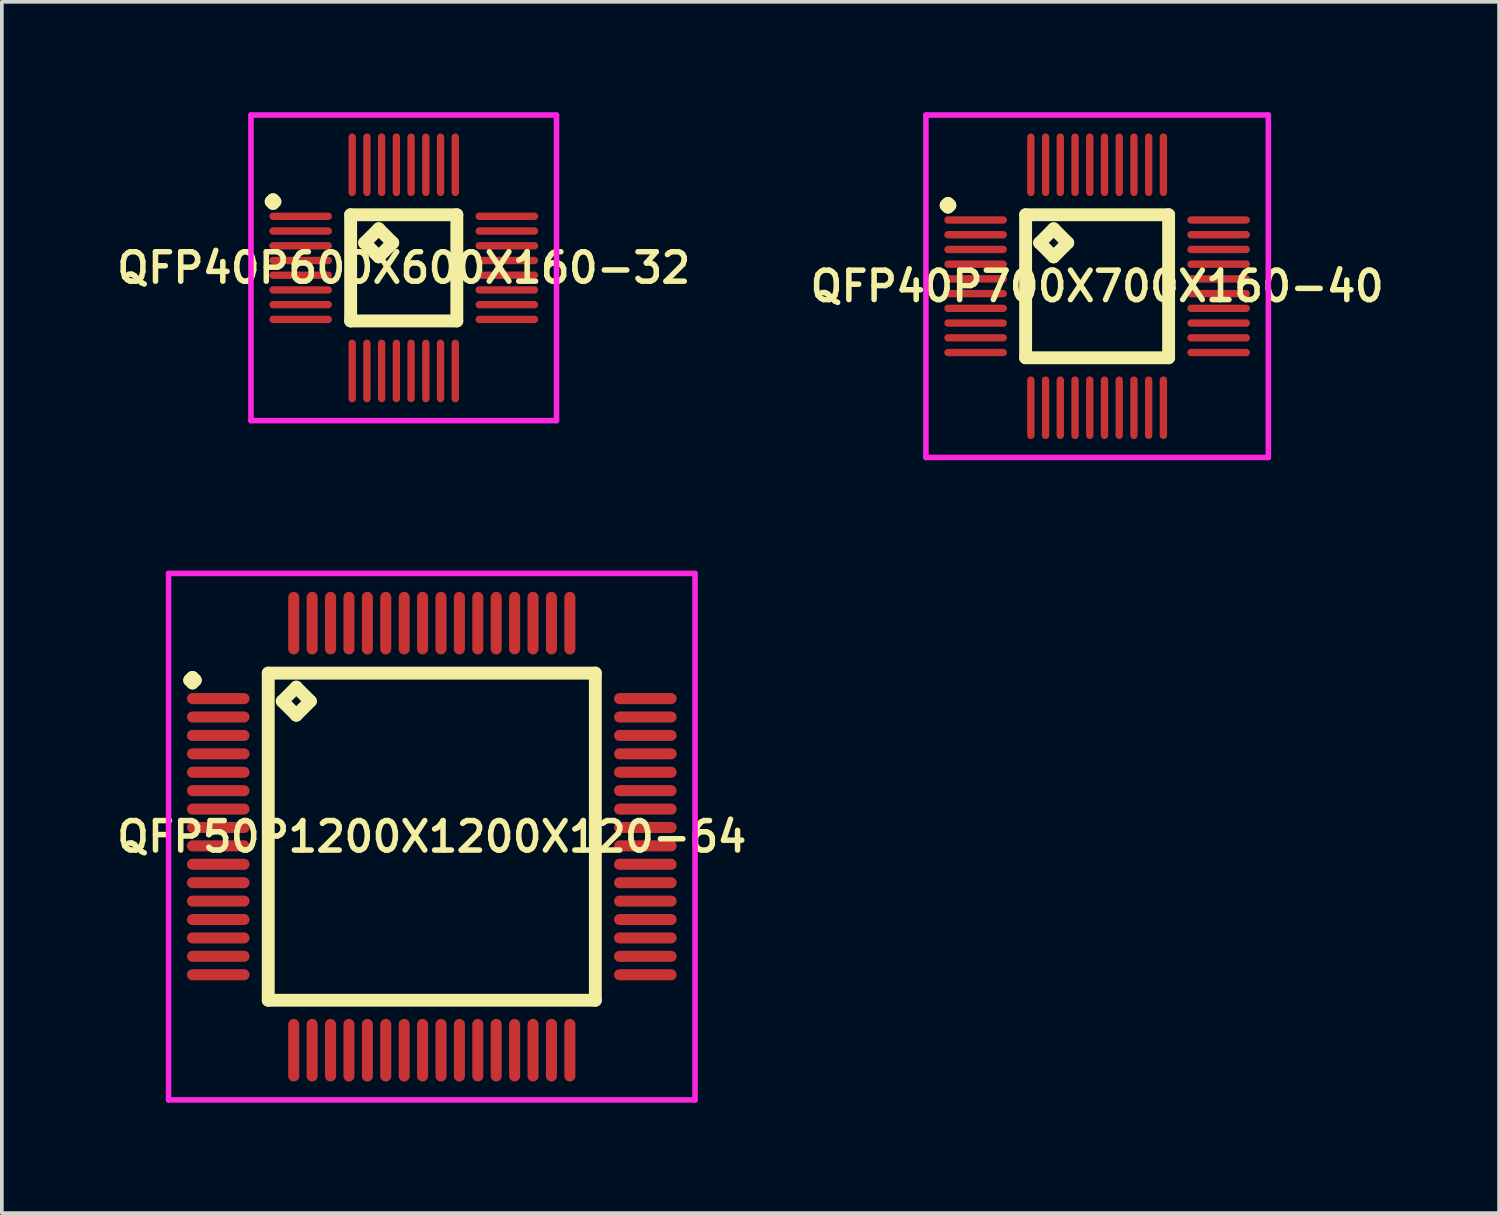
<source format=kicad_pcb>
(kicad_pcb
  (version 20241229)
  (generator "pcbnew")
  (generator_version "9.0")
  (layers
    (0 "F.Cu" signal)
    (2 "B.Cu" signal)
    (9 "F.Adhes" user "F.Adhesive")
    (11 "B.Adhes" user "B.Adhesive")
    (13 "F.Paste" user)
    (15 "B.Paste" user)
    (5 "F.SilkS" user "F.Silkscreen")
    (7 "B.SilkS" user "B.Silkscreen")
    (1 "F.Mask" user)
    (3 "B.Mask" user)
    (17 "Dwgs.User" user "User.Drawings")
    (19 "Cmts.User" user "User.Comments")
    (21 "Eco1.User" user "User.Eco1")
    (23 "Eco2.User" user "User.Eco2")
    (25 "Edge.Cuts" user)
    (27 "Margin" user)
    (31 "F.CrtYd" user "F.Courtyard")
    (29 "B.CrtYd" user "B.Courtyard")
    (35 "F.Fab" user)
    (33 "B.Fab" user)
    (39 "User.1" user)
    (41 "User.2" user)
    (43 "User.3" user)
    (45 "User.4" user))
  (footprint "QFP40P600X600X160-32"
    (layer "F.Cu")
    (at 7.916 4.225)
    (property "Reference" "QFP40P600X600X160-32" (at 0 0 0) (layer "F.SilkS") (effects (font (size 0.8 0.8) (thickness 0.15))))
    (attr smd)
    (fp_line (start -3.6 -1.8) (end -3.55 -1.85) (stroke (width 0.35) (type solid)) (layer "F.SilkS"))
    (fp_line (start -3.55 -1.85) (end -3.5 -1.8) (stroke (width 0.35) (type solid)) (layer "F.SilkS"))
    (fp_line (start -3.55 -1.75) (end -3.6 -1.8) (stroke (width 0.35) (type solid)) (layer "F.SilkS"))
    (fp_line (start -3.5 -1.8) (end -3.55 -1.75) (stroke (width 0.35) (type solid)) (layer "F.SilkS"))
    (fp_line (start -1.442 -1.442) (end -1.442 1.442) (stroke (width 0.35) (type solid)) (layer "F.SilkS"))
    (fp_line (start -1.442 1.442) (end 1.442 1.442) (stroke (width 0.35) (type solid)) (layer "F.SilkS"))
    (fp_line (start -1.061 -0.68) (end -0.68 -1.061) (stroke (width 0.35) (type solid)) (layer "F.SilkS"))
    (fp_line (start -0.68 -1.061) (end -0.299 -0.68) (stroke (width 0.35) (type solid)) (layer "F.SilkS"))
    (fp_line (start -0.68 -0.299) (end -1.061 -0.68) (stroke (width 0.35) (type solid)) (layer "F.SilkS"))
    (fp_line (start -0.299 -0.68) (end -0.68 -0.299) (stroke (width 0.35) (type solid)) (layer "F.SilkS"))
    (fp_line (start 1.442 -1.442) (end -1.442 -1.442) (stroke (width 0.35) (type solid)) (layer "F.SilkS"))
    (fp_line (start 1.442 1.442) (end 1.442 -1.442) (stroke (width 0.35) (type solid)) (layer "F.SilkS"))
    (fp_line (start -4.15 -4.15) (end 4.15 -4.15) (stroke (width 0.15) (type solid)) (layer "F.CrtYd"))
    (fp_line (start -4.15 4.15) (end -4.15 -4.15) (stroke (width 0.15) (type solid)) (layer "F.CrtYd"))
    (fp_line (start 4.15 -4.15) (end 4.15 4.15) (stroke (width 0.15) (type solid)) (layer "F.CrtYd"))
    (fp_line (start 4.15 4.15) (end -4.15 4.15) (stroke (width 0.15) (type solid)) (layer "F.CrtYd"))
    (pad "1" smd oval (at -2.8 -1.4) (size 1.7 0.2) (layers "F.Cu" "F.Mask" "F.Paste"))
    (pad "2" smd oval (at -2.8 -1) (size 1.7 0.2) (layers "F.Cu" "F.Mask" "F.Paste"))
    (pad "3" smd oval (at -2.8 -0.6) (size 1.7 0.2) (layers "F.Cu" "F.Mask" "F.Paste"))
    (pad "4" smd oval (at -2.8 -0.2) (size 1.7 0.2) (layers "F.Cu" "F.Mask" "F.Paste"))
    (pad "5" smd oval (at -2.8 0.2) (size 1.7 0.2) (layers "F.Cu" "F.Mask" "F.Paste"))
    (pad "6" smd oval (at -2.8 0.6) (size 1.7 0.2) (layers "F.Cu" "F.Mask" "F.Paste"))
    (pad "7" smd oval (at -2.8 1) (size 1.7 0.2) (layers "F.Cu" "F.Mask" "F.Paste"))
    (pad "8" smd oval (at -2.8 1.4) (size 1.7 0.2) (layers "F.Cu" "F.Mask" "F.Paste"))
    (pad "9" smd oval (at -1.4 2.8) (size 0.2 1.7) (layers "F.Cu" "F.Mask" "F.Paste"))
    (pad "10" smd oval (at -1 2.8) (size 0.2 1.7) (layers "F.Cu" "F.Mask" "F.Paste"))
    (pad "11" smd oval (at -0.6 2.8) (size 0.2 1.7) (layers "F.Cu" "F.Mask" "F.Paste"))
    (pad "12" smd oval (at -0.2 2.8) (size 0.2 1.7) (layers "F.Cu" "F.Mask" "F.Paste"))
    (pad "13" smd oval (at 0.2 2.8) (size 0.2 1.7) (layers "F.Cu" "F.Mask" "F.Paste"))
    (pad "14" smd oval (at 0.6 2.8) (size 0.2 1.7) (layers "F.Cu" "F.Mask" "F.Paste"))
    (pad "15" smd oval (at 1 2.8) (size 0.2 1.7) (layers "F.Cu" "F.Mask" "F.Paste"))
    (pad "16" smd oval (at 1.4 2.8) (size 0.2 1.7) (layers "F.Cu" "F.Mask" "F.Paste"))
    (pad "17" smd oval (at 2.8 1.4) (size 1.7 0.2) (layers "F.Cu" "F.Mask" "F.Paste"))
    (pad "18" smd oval (at 2.8 1) (size 1.7 0.2) (layers "F.Cu" "F.Mask" "F.Paste"))
    (pad "19" smd oval (at 2.8 0.6) (size 1.7 0.2) (layers "F.Cu" "F.Mask" "F.Paste"))
    (pad "20" smd oval (at 2.8 0.2) (size 1.7 0.2) (layers "F.Cu" "F.Mask" "F.Paste"))
    (pad "21" smd oval (at 2.8 -0.2) (size 1.7 0.2) (layers "F.Cu" "F.Mask" "F.Paste"))
    (pad "22" smd oval (at 2.8 -0.6) (size 1.7 0.2) (layers "F.Cu" "F.Mask" "F.Paste"))
    (pad "23" smd oval (at 2.8 -1) (size 1.7 0.2) (layers "F.Cu" "F.Mask" "F.Paste"))
    (pad "24" smd oval (at 2.8 -1.4) (size 1.7 0.2) (layers "F.Cu" "F.Mask" "F.Paste"))
    (pad "25" smd oval (at 1.4 -2.8) (size 0.2 1.7) (layers "F.Cu" "F.Mask" "F.Paste"))
    (pad "26" smd oval (at 1 -2.8) (size 0.2 1.7) (layers "F.Cu" "F.Mask" "F.Paste"))
    (pad "27" smd oval (at 0.6 -2.8) (size 0.2 1.7) (layers "F.Cu" "F.Mask" "F.Paste"))
    (pad "28" smd oval (at 0.2 -2.8) (size 0.2 1.7) (layers "F.Cu" "F.Mask" "F.Paste"))
    (pad "29" smd oval (at -0.2 -2.8) (size 0.2 1.7) (layers "F.Cu" "F.Mask" "F.Paste"))
    (pad "30" smd oval (at -0.6 -2.8) (size 0.2 1.7) (layers "F.Cu" "F.Mask" "F.Paste"))
    (pad "31" smd oval (at -1 -2.8) (size 0.2 1.7) (layers "F.Cu" "F.Mask" "F.Paste"))
    (pad "32" smd oval (at -1.4 -2.8) (size 0.2 1.7) (layers "F.Cu" "F.Mask" "F.Paste")))
  (footprint "QFP50P1200X1200X120-64"
    (layer "F.Cu")
    (at 8.678 19.675)
    (property "Reference" "QFP50P1200X1200X120-64" (at 0 0 0) (layer "F.SilkS") (effects (font (size 0.8 0.8) (thickness 0.15))))
    (attr smd)
    (fp_line (start -6.575 -4.25) (end -6.5 -4.325) (stroke (width 0.35) (type solid)) (layer "F.SilkS"))
    (fp_line (start -6.5 -4.325) (end -6.425 -4.25) (stroke (width 0.35) (type solid)) (layer "F.SilkS"))
    (fp_line (start -6.5 -4.175) (end -6.575 -4.25) (stroke (width 0.35) (type solid)) (layer "F.SilkS"))
    (fp_line (start -6.425 -4.25) (end -6.5 -4.175) (stroke (width 0.35) (type solid)) (layer "F.SilkS"))
    (fp_line (start -4.442 -4.442) (end -4.442 4.442) (stroke (width 0.35) (type solid)) (layer "F.SilkS"))
    (fp_line (start -4.442 4.442) (end 4.442 4.442) (stroke (width 0.35) (type solid)) (layer "F.SilkS"))
    (fp_line (start -4.061 -3.68) (end -3.68 -4.061) (stroke (width 0.35) (type solid)) (layer "F.SilkS"))
    (fp_line (start -3.68 -4.061) (end -3.299 -3.68) (stroke (width 0.35) (type solid)) (layer "F.SilkS"))
    (fp_line (start -3.68 -3.299) (end -4.061 -3.68) (stroke (width 0.35) (type solid)) (layer "F.SilkS"))
    (fp_line (start -3.299 -3.68) (end -3.68 -3.299) (stroke (width 0.35) (type solid)) (layer "F.SilkS"))
    (fp_line (start 4.442 -4.442) (end -4.442 -4.442) (stroke (width 0.35) (type solid)) (layer "F.SilkS"))
    (fp_line (start 4.442 4.442) (end 4.442 -4.442) (stroke (width 0.35) (type solid)) (layer "F.SilkS"))
    (fp_line (start -7.15 -7.15) (end 7.15 -7.15) (stroke (width 0.15) (type solid)) (layer "F.CrtYd"))
    (fp_line (start -7.15 7.15) (end -7.15 -7.15) (stroke (width 0.15) (type solid)) (layer "F.CrtYd"))
    (fp_line (start 7.15 -7.15) (end 7.15 7.15) (stroke (width 0.15) (type solid)) (layer "F.CrtYd"))
    (fp_line (start 7.15 7.15) (end -7.15 7.15) (stroke (width 0.15) (type solid)) (layer "F.CrtYd"))
    (pad "1" smd oval (at -5.8 -3.75) (size 1.7 0.3) (layers "F.Cu" "F.Mask" "F.Paste"))
    (pad "2" smd oval (at -5.8 -3.25) (size 1.7 0.3) (layers "F.Cu" "F.Mask" "F.Paste"))
    (pad "3" smd oval (at -5.8 -2.75) (size 1.7 0.3) (layers "F.Cu" "F.Mask" "F.Paste"))
    (pad "4" smd oval (at -5.8 -2.25) (size 1.7 0.3) (layers "F.Cu" "F.Mask" "F.Paste"))
    (pad "5" smd oval (at -5.8 -1.75) (size 1.7 0.3) (layers "F.Cu" "F.Mask" "F.Paste"))
    (pad "6" smd oval (at -5.8 -1.25) (size 1.7 0.3) (layers "F.Cu" "F.Mask" "F.Paste"))
    (pad "7" smd oval (at -5.8 -0.75) (size 1.7 0.3) (layers "F.Cu" "F.Mask" "F.Paste"))
    (pad "8" smd oval (at -5.8 -0.25) (size 1.7 0.3) (layers "F.Cu" "F.Mask" "F.Paste"))
    (pad "9" smd oval (at -5.8 0.25) (size 1.7 0.3) (layers "F.Cu" "F.Mask" "F.Paste"))
    (pad "10" smd oval (at -5.8 0.75) (size 1.7 0.3) (layers "F.Cu" "F.Mask" "F.Paste"))
    (pad "11" smd oval (at -5.8 1.25) (size 1.7 0.3) (layers "F.Cu" "F.Mask" "F.Paste"))
    (pad "12" smd oval (at -5.8 1.75) (size 1.7 0.3) (layers "F.Cu" "F.Mask" "F.Paste"))
    (pad "13" smd oval (at -5.8 2.25) (size 1.7 0.3) (layers "F.Cu" "F.Mask" "F.Paste"))
    (pad "14" smd oval (at -5.8 2.75) (size 1.7 0.3) (layers "F.Cu" "F.Mask" "F.Paste"))
    (pad "15" smd oval (at -5.8 3.25) (size 1.7 0.3) (layers "F.Cu" "F.Mask" "F.Paste"))
    (pad "16" smd oval (at -5.8 3.75) (size 1.7 0.3) (layers "F.Cu" "F.Mask" "F.Paste"))
    (pad "17" smd oval (at -3.75 5.8) (size 0.3 1.7) (layers "F.Cu" "F.Mask" "F.Paste"))
    (pad "18" smd oval (at -3.25 5.8) (size 0.3 1.7) (layers "F.Cu" "F.Mask" "F.Paste"))
    (pad "19" smd oval (at -2.75 5.8) (size 0.3 1.7) (layers "F.Cu" "F.Mask" "F.Paste"))
    (pad "20" smd oval (at -2.25 5.8) (size 0.3 1.7) (layers "F.Cu" "F.Mask" "F.Paste"))
    (pad "21" smd oval (at -1.75 5.8) (size 0.3 1.7) (layers "F.Cu" "F.Mask" "F.Paste"))
    (pad "22" smd oval (at -1.25 5.8) (size 0.3 1.7) (layers "F.Cu" "F.Mask" "F.Paste"))
    (pad "23" smd oval (at -0.75 5.8) (size 0.3 1.7) (layers "F.Cu" "F.Mask" "F.Paste"))
    (pad "24" smd oval (at -0.25 5.8) (size 0.3 1.7) (layers "F.Cu" "F.Mask" "F.Paste"))
    (pad "25" smd oval (at 0.25 5.8) (size 0.3 1.7) (layers "F.Cu" "F.Mask" "F.Paste"))
    (pad "26" smd oval (at 0.75 5.8) (size 0.3 1.7) (layers "F.Cu" "F.Mask" "F.Paste"))
    (pad "27" smd oval (at 1.25 5.8) (size 0.3 1.7) (layers "F.Cu" "F.Mask" "F.Paste"))
    (pad "28" smd oval (at 1.75 5.8) (size 0.3 1.7) (layers "F.Cu" "F.Mask" "F.Paste"))
    (pad "29" smd oval (at 2.25 5.8) (size 0.3 1.7) (layers "F.Cu" "F.Mask" "F.Paste"))
    (pad "30" smd oval (at 2.75 5.8) (size 0.3 1.7) (layers "F.Cu" "F.Mask" "F.Paste"))
    (pad "31" smd oval (at 3.25 5.8) (size 0.3 1.7) (layers "F.Cu" "F.Mask" "F.Paste"))
    (pad "32" smd oval (at 3.75 5.8) (size 0.3 1.7) (layers "F.Cu" "F.Mask" "F.Paste"))
    (pad "33" smd oval (at 5.8 3.75) (size 1.7 0.3) (layers "F.Cu" "F.Mask" "F.Paste"))
    (pad "34" smd oval (at 5.8 3.25) (size 1.7 0.3) (layers "F.Cu" "F.Mask" "F.Paste"))
    (pad "35" smd oval (at 5.8 2.75) (size 1.7 0.3) (layers "F.Cu" "F.Mask" "F.Paste"))
    (pad "36" smd oval (at 5.8 2.25) (size 1.7 0.3) (layers "F.Cu" "F.Mask" "F.Paste"))
    (pad "37" smd oval (at 5.8 1.75) (size 1.7 0.3) (layers "F.Cu" "F.Mask" "F.Paste"))
    (pad "38" smd oval (at 5.8 1.25) (size 1.7 0.3) (layers "F.Cu" "F.Mask" "F.Paste"))
    (pad "39" smd oval (at 5.8 0.75) (size 1.7 0.3) (layers "F.Cu" "F.Mask" "F.Paste"))
    (pad "40" smd oval (at 5.8 0.25) (size 1.7 0.3) (layers "F.Cu" "F.Mask" "F.Paste"))
    (pad "41" smd oval (at 5.8 -0.25) (size 1.7 0.3) (layers "F.Cu" "F.Mask" "F.Paste"))
    (pad "42" smd oval (at 5.8 -0.75) (size 1.7 0.3) (layers "F.Cu" "F.Mask" "F.Paste"))
    (pad "43" smd oval (at 5.8 -1.25) (size 1.7 0.3) (layers "F.Cu" "F.Mask" "F.Paste"))
    (pad "44" smd oval (at 5.8 -1.75) (size 1.7 0.3) (layers "F.Cu" "F.Mask" "F.Paste"))
    (pad "45" smd oval (at 5.8 -2.25) (size 1.7 0.3) (layers "F.Cu" "F.Mask" "F.Paste"))
    (pad "46" smd oval (at 5.8 -2.75) (size 1.7 0.3) (layers "F.Cu" "F.Mask" "F.Paste"))
    (pad "47" smd oval (at 5.8 -3.25) (size 1.7 0.3) (layers "F.Cu" "F.Mask" "F.Paste"))
    (pad "48" smd oval (at 5.8 -3.75) (size 1.7 0.3) (layers "F.Cu" "F.Mask" "F.Paste"))
    (pad "49" smd oval (at 3.75 -5.8) (size 0.3 1.7) (layers "F.Cu" "F.Mask" "F.Paste"))
    (pad "50" smd oval (at 3.25 -5.8) (size 0.3 1.7) (layers "F.Cu" "F.Mask" "F.Paste"))
    (pad "51" smd oval (at 2.75 -5.8) (size 0.3 1.7) (layers "F.Cu" "F.Mask" "F.Paste"))
    (pad "52" smd oval (at 2.25 -5.8) (size 0.3 1.7) (layers "F.Cu" "F.Mask" "F.Paste"))
    (pad "53" smd oval (at 1.75 -5.8) (size 0.3 1.7) (layers "F.Cu" "F.Mask" "F.Paste"))
    (pad "54" smd oval (at 1.25 -5.8) (size 0.3 1.7) (layers "F.Cu" "F.Mask" "F.Paste"))
    (pad "55" smd oval (at 0.75 -5.8) (size 0.3 1.7) (layers "F.Cu" "F.Mask" "F.Paste"))
    (pad "56" smd oval (at 0.25 -5.8) (size 0.3 1.7) (layers "F.Cu" "F.Mask" "F.Paste"))
    (pad "57" smd oval (at -0.25 -5.8) (size 0.3 1.7) (layers "F.Cu" "F.Mask" "F.Paste"))
    (pad "58" smd oval (at -0.75 -5.8) (size 0.3 1.7) (layers "F.Cu" "F.Mask" "F.Paste"))
    (pad "59" smd oval (at -1.25 -5.8) (size 0.3 1.7) (layers "F.Cu" "F.Mask" "F.Paste"))
    (pad "60" smd oval (at -1.75 -5.8) (size 0.3 1.7) (layers "F.Cu" "F.Mask" "F.Paste"))
    (pad "61" smd oval (at -2.25 -5.8) (size 0.3 1.7) (layers "F.Cu" "F.Mask" "F.Paste"))
    (pad "62" smd oval (at -2.75 -5.8) (size 0.3 1.7) (layers "F.Cu" "F.Mask" "F.Paste"))
    (pad "63" smd oval (at -3.25 -5.8) (size 0.3 1.7) (layers "F.Cu" "F.Mask" "F.Paste"))
    (pad "64" smd oval (at -3.75 -5.8) (size 0.3 1.7) (layers "F.Cu" "F.Mask" "F.Paste")))
  (footprint "QFP40P700X700X160-40"
    (layer "F.Cu")
    (at 26.749 4.725)
    (property "Reference" "QFP40P700X700X160-40" (at 0 0 0) (layer "F.SilkS") (effects (font (size 0.8 0.8) (thickness 0.15))))
    (attr smd)
    (fp_line (start -4.1 -2.2) (end -4.05 -2.25) (stroke (width 0.35) (type solid)) (layer "F.SilkS"))
    (fp_line (start -4.05 -2.25) (end -4 -2.2) (stroke (width 0.35) (type solid)) (layer "F.SilkS"))
    (fp_line (start -4.05 -2.15) (end -4.1 -2.2) (stroke (width 0.35) (type solid)) (layer "F.SilkS"))
    (fp_line (start -4 -2.2) (end -4.05 -2.15) (stroke (width 0.35) (type solid)) (layer "F.SilkS"))
    (fp_line (start -1.942 -1.942) (end -1.942 1.942) (stroke (width 0.35) (type solid)) (layer "F.SilkS"))
    (fp_line (start -1.942 1.942) (end 1.942 1.942) (stroke (width 0.35) (type solid)) (layer "F.SilkS"))
    (fp_line (start -1.561 -1.18) (end -1.18 -1.561) (stroke (width 0.35) (type solid)) (layer "F.SilkS"))
    (fp_line (start -1.18 -1.561) (end -0.799 -1.18) (stroke (width 0.35) (type solid)) (layer "F.SilkS"))
    (fp_line (start -1.18 -0.799) (end -1.561 -1.18) (stroke (width 0.35) (type solid)) (layer "F.SilkS"))
    (fp_line (start -0.799 -1.18) (end -1.18 -0.799) (stroke (width 0.35) (type solid)) (layer "F.SilkS"))
    (fp_line (start 1.942 -1.942) (end -1.942 -1.942) (stroke (width 0.35) (type solid)) (layer "F.SilkS"))
    (fp_line (start 1.942 1.942) (end 1.942 -1.942) (stroke (width 0.35) (type solid)) (layer "F.SilkS"))
    (fp_line (start -4.65 -4.65) (end 4.65 -4.65) (stroke (width 0.15) (type solid)) (layer "F.CrtYd"))
    (fp_line (start -4.65 4.65) (end -4.65 -4.65) (stroke (width 0.15) (type solid)) (layer "F.CrtYd"))
    (fp_line (start 4.65 -4.65) (end 4.65 4.65) (stroke (width 0.15) (type solid)) (layer "F.CrtYd"))
    (fp_line (start 4.65 4.65) (end -4.65 4.65) (stroke (width 0.15) (type solid)) (layer "F.CrtYd"))
    (pad "1" smd oval (at -3.3 -1.8) (size 1.7 0.2) (layers "F.Cu" "F.Mask" "F.Paste"))
    (pad "2" smd oval (at -3.3 -1.4) (size 1.7 0.2) (layers "F.Cu" "F.Mask" "F.Paste"))
    (pad "3" smd oval (at -3.3 -1) (size 1.7 0.2) (layers "F.Cu" "F.Mask" "F.Paste"))
    (pad "4" smd oval (at -3.3 -0.6) (size 1.7 0.2) (layers "F.Cu" "F.Mask" "F.Paste"))
    (pad "5" smd oval (at -3.3 -0.2) (size 1.7 0.2) (layers "F.Cu" "F.Mask" "F.Paste"))
    (pad "6" smd oval (at -3.3 0.2) (size 1.7 0.2) (layers "F.Cu" "F.Mask" "F.Paste"))
    (pad "7" smd oval (at -3.3 0.6) (size 1.7 0.2) (layers "F.Cu" "F.Mask" "F.Paste"))
    (pad "8" smd oval (at -3.3 1) (size 1.7 0.2) (layers "F.Cu" "F.Mask" "F.Paste"))
    (pad "9" smd oval (at -3.3 1.4) (size 1.7 0.2) (layers "F.Cu" "F.Mask" "F.Paste"))
    (pad "10" smd oval (at -3.3 1.8) (size 1.7 0.2) (layers "F.Cu" "F.Mask" "F.Paste"))
    (pad "11" smd oval (at -1.8 3.3) (size 0.2 1.7) (layers "F.Cu" "F.Mask" "F.Paste"))
    (pad "12" smd oval (at -1.4 3.3) (size 0.2 1.7) (layers "F.Cu" "F.Mask" "F.Paste"))
    (pad "13" smd oval (at -1 3.3) (size 0.2 1.7) (layers "F.Cu" "F.Mask" "F.Paste"))
    (pad "14" smd oval (at -0.6 3.3) (size 0.2 1.7) (layers "F.Cu" "F.Mask" "F.Paste"))
    (pad "15" smd oval (at -0.2 3.3) (size 0.2 1.7) (layers "F.Cu" "F.Mask" "F.Paste"))
    (pad "16" smd oval (at 0.2 3.3) (size 0.2 1.7) (layers "F.Cu" "F.Mask" "F.Paste"))
    (pad "17" smd oval (at 0.6 3.3) (size 0.2 1.7) (layers "F.Cu" "F.Mask" "F.Paste"))
    (pad "18" smd oval (at 1 3.3) (size 0.2 1.7) (layers "F.Cu" "F.Mask" "F.Paste"))
    (pad "19" smd oval (at 1.4 3.3) (size 0.2 1.7) (layers "F.Cu" "F.Mask" "F.Paste"))
    (pad "20" smd oval (at 1.8 3.3) (size 0.2 1.7) (layers "F.Cu" "F.Mask" "F.Paste"))
    (pad "21" smd oval (at 3.3 1.8) (size 1.7 0.2) (layers "F.Cu" "F.Mask" "F.Paste"))
    (pad "22" smd oval (at 3.3 1.4) (size 1.7 0.2) (layers "F.Cu" "F.Mask" "F.Paste"))
    (pad "23" smd oval (at 3.3 1) (size 1.7 0.2) (layers "F.Cu" "F.Mask" "F.Paste"))
    (pad "24" smd oval (at 3.3 0.6) (size 1.7 0.2) (layers "F.Cu" "F.Mask" "F.Paste"))
    (pad "25" smd oval (at 3.3 0.2) (size 1.7 0.2) (layers "F.Cu" "F.Mask" "F.Paste"))
    (pad "26" smd oval (at 3.3 -0.2) (size 1.7 0.2) (layers "F.Cu" "F.Mask" "F.Paste"))
    (pad "27" smd oval (at 3.3 -0.6) (size 1.7 0.2) (layers "F.Cu" "F.Mask" "F.Paste"))
    (pad "28" smd oval (at 3.3 -1) (size 1.7 0.2) (layers "F.Cu" "F.Mask" "F.Paste"))
    (pad "29" smd oval (at 3.3 -1.4) (size 1.7 0.2) (layers "F.Cu" "F.Mask" "F.Paste"))
    (pad "30" smd oval (at 3.3 -1.8) (size 1.7 0.2) (layers "F.Cu" "F.Mask" "F.Paste"))
    (pad "31" smd oval (at 1.8 -3.3) (size 0.2 1.7) (layers "F.Cu" "F.Mask" "F.Paste"))
    (pad "32" smd oval (at 1.4 -3.3) (size 0.2 1.7) (layers "F.Cu" "F.Mask" "F.Paste"))
    (pad "33" smd oval (at 1 -3.3) (size 0.2 1.7) (layers "F.Cu" "F.Mask" "F.Paste"))
    (pad "34" smd oval (at 0.6 -3.3) (size 0.2 1.7) (layers "F.Cu" "F.Mask" "F.Paste"))
    (pad "35" smd oval (at 0.2 -3.3) (size 0.2 1.7) (layers "F.Cu" "F.Mask" "F.Paste"))
    (pad "36" smd oval (at -0.2 -3.3) (size 0.2 1.7) (layers "F.Cu" "F.Mask" "F.Paste"))
    (pad "37" smd oval (at -0.6 -3.3) (size 0.2 1.7) (layers "F.Cu" "F.Mask" "F.Paste"))
    (pad "38" smd oval (at -1 -3.3) (size 0.2 1.7) (layers "F.Cu" "F.Mask" "F.Paste"))
    (pad "39" smd oval (at -1.4 -3.3) (size 0.2 1.7) (layers "F.Cu" "F.Mask" "F.Paste"))
    (pad "40" smd oval (at -1.8 -3.3) (size 0.2 1.7) (layers "F.Cu" "F.Mask" "F.Paste")))
  (gr_rect
    (start -3 -3)
    (end 37.666 29.9)
    (stroke (width 0.1) (type default))
    (fill no)
    (layer "Edge.Cuts")))
</source>
